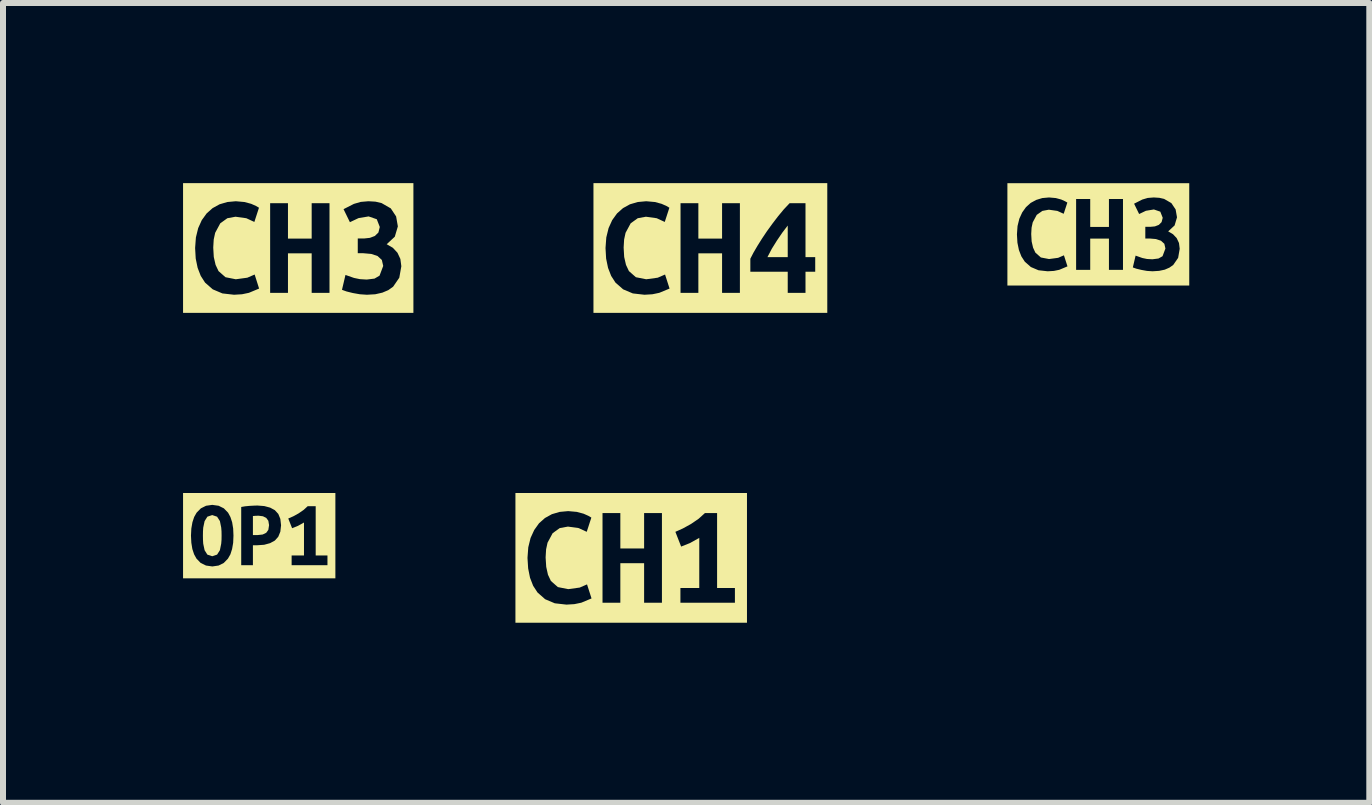
<source format=kicad_pcb>
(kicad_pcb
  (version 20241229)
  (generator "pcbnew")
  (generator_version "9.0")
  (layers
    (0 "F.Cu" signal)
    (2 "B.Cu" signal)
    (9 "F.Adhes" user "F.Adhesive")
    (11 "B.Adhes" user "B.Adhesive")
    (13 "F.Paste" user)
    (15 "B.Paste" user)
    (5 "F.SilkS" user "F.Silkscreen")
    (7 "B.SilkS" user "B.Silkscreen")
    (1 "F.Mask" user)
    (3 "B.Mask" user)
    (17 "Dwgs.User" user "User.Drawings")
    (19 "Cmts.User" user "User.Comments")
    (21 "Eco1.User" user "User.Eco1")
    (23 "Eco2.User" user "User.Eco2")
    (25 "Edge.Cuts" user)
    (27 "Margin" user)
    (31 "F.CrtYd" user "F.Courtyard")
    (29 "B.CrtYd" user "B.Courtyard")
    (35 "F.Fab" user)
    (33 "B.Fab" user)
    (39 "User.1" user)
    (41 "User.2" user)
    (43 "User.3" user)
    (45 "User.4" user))
  (footprint "kibuzzard-625BD52D"
    (layer "F.Cu")
    (at 15.25 0.855)
    (property "Reference" "kibuzzard-625BD52D" (at 0 -0.854 0) (layer "F.SilkS") (effects (font (size 0.001 0.001) (thickness 0.000003))))
    (attr board_only exclude_from_pos_files exclude_from_bom)
    (fp_poly (pts (xy -1.356 -0.853) (xy -1.268 -0.366) (xy -1.205 -0.454) (xy -1.127 -0.524) (xy -1.035 -0.574) (xy -0.933 -0.605) (xy -0.821 -0.615) (xy -0.708 -0.605) (xy -0.619 -0.581) (xy -0.555 -0.552) (xy -0.516 -0.53) (xy -0.577 -0.343) (xy -0.683 -0.391) (xy -0.825 -0.411) (xy -0.932 -0.391) (xy -1.026 -0.325) (xy -1.093 -0.2) (xy -1.112 -0.112) (xy -1.118 -0.006) (xy -1.111 0.118) (xy -1.087 0.222) (xy -1.049 0.304) (xy -0.957 0.385) (xy -0.821 0.411) (xy -0.67 0.391) (xy -0.573 0.349) (xy -0.37 0.591) (xy -0.37 -0.589) (xy -0.135 -0.589) (xy -0.135 -0.124) (xy 0.177 -0.124) (xy 0.177 -0.589) (xy 0.411 -0.589) (xy 0.411 0.591) (xy 0.177 0.591) (xy 0.177 0.07) (xy -0.135 0.07) (xy -0.135 0.591) (xy -0.37 0.591) (xy -0.573 0.349) (xy -0.514 0.533) (xy -0.649 0.59) (xy -0.74 0.609) (xy -0.844 0.615) (xy -0.997 0.598) (xy -1.124 0.544) (xy -1.225 0.455) (xy -1.282 0.367) (xy -1.323 0.261) (xy -1.348 0.139) (xy -1.356 0) (xy -1.346 -0.139) (xy -1.316 -0.261) (xy -1.268 -0.366) (xy -1.356 -0.853) (xy -1.515 -0.853) (xy -1.515 0.853) (xy 0.903 0.615) (xy 0.811 0.609) (xy 0.717 0.592) (xy 0.634 0.572) (xy 0.575 0.551) (xy 0.621 0.354) (xy 0.734 0.394) (xy 0.811 0.41) (xy 0.901 0.415) (xy 1.003 0.402) (xy 1.07 0.364) (xy 1.118 0.236) (xy 1.1 0.157) (xy 1.044 0.106) (xy 0.96 0.078) (xy 0.855 0.069) (xy 0.783 0.069) (xy 0.783 -0.126) (xy 0.871 -0.126) (xy 0.943 -0.133) (xy 1.008 -0.158) (xy 1.054 -0.204) (xy 1.073 -0.276) (xy 1.033 -0.378) (xy 0.926 -0.415) (xy 0.793 -0.393) (xy 0.68 -0.339) (xy 0.596 -0.511) (xy 0.732 -0.58) (xy 0.823 -0.607) (xy 0.924 -0.615) (xy 1.017 -0.609) (xy 1.096 -0.591) (xy 1.217 -0.521) (xy 1.288 -0.415) (xy 1.311 -0.284) (xy 1.271 -0.149) (xy 1.164 -0.05) (xy 1.245 -0.002) (xy 1.306 0.063) (xy 1.344 0.144) (xy 1.356 0.24) (xy 1.33 0.391) (xy 1.248 0.51) (xy 1.185 0.554) (xy 1.107 0.588) (xy 1.013 0.608) (xy 0.903 0.615) (xy -1.515 0.853) (xy -1.356 0.853) (xy 1.356 0.853) (xy 1.515 0.853) (xy 1.515 -0.853) (xy 1.356 -0.853) (xy -1.356 -0.853)) (stroke (width 0) (type solid)) (fill yes) (layer "F.SilkS")))
  (footprint "kibuzzard-625BD60C"
    (layer "F.Cu")
    (at 1.269 5.875)
    (property "Reference" "kibuzzard-625BD60C" (at 0 -0.712 0) (layer "F.SilkS") (effects (font (size 0.001 0.001) (thickness 0.000003))))
    (attr board_only exclude_from_pos_files exclude_from_bom)
    (fp_poly (pts (xy -0.008 -0.332) (xy -0.056 -0.331) (xy -0.105 -0.327) (xy -0.105 -0.01) (xy -0.025 -0.01) (xy 0.057 -0.019) (xy 0.116 -0.047) (xy 0.152 -0.097) (xy 0.164 -0.175) (xy 0.152 -0.248) (xy 0.117 -0.296) (xy 0.062 -0.323) (xy -0.008 -0.332)) (stroke (width 0) (type solid)) (fill yes) (layer "F.SilkS"))
    (fp_poly (pts (xy -0.938 0) (xy -0.937 0.069) (xy -0.933 0.134) (xy -0.91 0.243) (xy -0.864 0.316) (xy -0.783 0.343) (xy -0.702 0.316) (xy -0.655 0.242) (xy -0.633 0.133) (xy -0.628 0.069) (xy -0.627 0) (xy -0.628 -0.069) (xy -0.633 -0.134) (xy -0.655 -0.243) (xy -0.702 -0.316) (xy -0.783 -0.343) (xy -0.864 -0.316) (xy -0.91 -0.242) (xy -0.933 -0.133) (xy -0.937 -0.069) (xy -0.938 0)) (stroke (width 0) (type solid)) (fill yes) (layer "F.SilkS"))
    (fp_poly (pts (xy -1.137 -0.711) (xy -1.137 0) (xy -1.131 -0.119) (xy -1.113 -0.223) (xy -1.084 -0.311) (xy -1.043 -0.383) (xy -0.972 -0.455) (xy -0.886 -0.498) (xy -0.783 -0.513) (xy -0.676 -0.498) (xy -0.589 -0.455) (xy -0.519 -0.383) (xy -0.48 -0.311) (xy -0.451 -0.223) (xy -0.434 -0.119) (xy -0.3 0.492) (xy -0.3 -0.478) (xy -0.236 -0.489) (xy -0.164 -0.496) (xy -0.092 -0.5) (xy -0.03 -0.502) (xy 0.085 -0.493) (xy 0.182 -0.467) (xy 0.26 -0.425) (xy 0.318 -0.362) (xy 0.352 -0.279) (xy 0.364 -0.173) (xy 0.352 -0.066) (xy 0.317 0.019) (xy 0.26 0.082) (xy 0.181 0.125) (xy 0.082 0.152) (xy -0.035 0.16) (xy -0.105 0.16) (xy 0.746 0.33) (xy 0.746 -0.219) (xy 0.645 -0.163) (xy 0.548 -0.124) (xy 0.484 -0.286) (xy 0.567 -0.322) (xy 0.656 -0.371) (xy 0.74 -0.429) (xy 0.808 -0.491) (xy 0.941 -0.491) (xy 0.941 0.33) (xy 1.137 0.33) (xy 1.137 0.492) (xy 0.54 0.492) (xy 0.54 0.33) (xy 0.746 0.33) (xy -0.105 0.16) (xy -0.105 0.492) (xy -0.3 0.492) (xy -0.434 -0.119) (xy -0.429 0) (xy -0.434 0.119) (xy -0.452 0.223) (xy -0.48 0.311) (xy -0.521 0.383) (xy -0.591 0.455) (xy -0.677 0.498) (xy -0.781 0.513) (xy -0.887 0.498) (xy -0.975 0.455) (xy -1.045 0.383) (xy -1.085 0.311) (xy -1.114 0.223) (xy -1.131 0.119) (xy -1.137 0) (xy -1.137 -0.711) (xy -1.269 -0.711) (xy -1.269 0.711) (xy -1.137 0.711) (xy 1.137 0.711) (xy 1.269 0.711) (xy 1.269 -0.711) (xy 1.137 -0.711) (xy -1.137 -0.711)) (stroke (width 0) (type solid)) (fill yes) (layer "F.SilkS")))
  (footprint "kibuzzard-625BD9A7"
    (layer "F.Cu")
    (at 1.919 1.082)
    (property "Reference" "kibuzzard-625BD9A7" (at 0 -1.082 0) (layer "F.SilkS") (effects (font (size 0.001 0.001) (thickness 0.000003))))
    (attr board_only exclude_from_pos_files exclude_from_bom)
    (fp_poly (pts (xy -1.718 -1.081) (xy -1.607 -0.464) (xy -1.526 -0.576) (xy -1.427 -0.664) (xy -1.311 -0.728) (xy -1.181 -0.766) (xy -1.04 -0.779) (xy -0.896 -0.766) (xy -0.784 -0.736) (xy -0.703 -0.7) (xy -0.654 -0.671) (xy -0.731 -0.434) (xy -0.865 -0.496) (xy -1.045 -0.521) (xy -1.181 -0.496) (xy -1.299 -0.411) (xy -1.384 -0.253) (xy -1.408 -0.142) (xy -1.416 -0.007) (xy -1.407 0.15) (xy -1.377 0.281) (xy -1.328 0.385) (xy -1.212 0.487) (xy -1.04 0.521) (xy -0.848 0.495) (xy -0.726 0.442) (xy -0.468 0.748) (xy -0.468 -0.746) (xy -0.171 -0.746) (xy -0.171 -0.157) (xy 0.224 -0.157) (xy 0.224 -0.746) (xy 0.521 -0.746) (xy 0.521 0.748) (xy 0.224 0.748) (xy 0.224 0.089) (xy -0.171 0.089) (xy -0.171 0.748) (xy -0.468 0.748) (xy -0.726 0.442) (xy -0.652 0.676) (xy -0.822 0.747) (xy -0.937 0.771) (xy -1.069 0.779) (xy -1.263 0.757) (xy -1.424 0.689) (xy -1.552 0.577) (xy -1.624 0.465) (xy -1.676 0.331) (xy -1.708 0.176) (xy -1.718 0) (xy -1.705 -0.176) (xy -1.667 -0.331) (xy -1.607 -0.464) (xy -1.718 -1.081) (xy -1.919 -1.081) (xy -1.919 1.081) (xy 1.144 0.779) (xy 1.027 0.771) (xy 0.908 0.75) (xy 0.804 0.724) (xy 0.729 0.697) (xy 0.787 0.449) (xy 0.93 0.499) (xy 1.027 0.519) (xy 1.141 0.526) (xy 1.271 0.51) (xy 1.355 0.461) (xy 1.416 0.299) (xy 1.393 0.199) (xy 1.322 0.134) (xy 1.216 0.099) (xy 1.083 0.087) (xy 0.992 0.087) (xy 0.992 -0.159) (xy 1.103 -0.159) (xy 1.194 -0.169) (xy 1.276 -0.2) (xy 1.336 -0.258) (xy 1.359 -0.35) (xy 1.309 -0.479) (xy 1.173 -0.526) (xy 1.005 -0.498) (xy 0.861 -0.43) (xy 0.755 -0.647) (xy 0.928 -0.735) (xy 1.042 -0.768) (xy 1.17 -0.779) (xy 1.288 -0.772) (xy 1.389 -0.748) (xy 1.542 -0.66) (xy 1.631 -0.526) (xy 1.66 -0.36) (xy 1.609 -0.188) (xy 1.474 -0.063) (xy 1.577 -0.003) (xy 1.654 0.08) (xy 1.702 0.183) (xy 1.718 0.304) (xy 1.684 0.495) (xy 1.581 0.645) (xy 1.501 0.702) (xy 1.402 0.744) (xy 1.283 0.771) (xy 1.144 0.779) (xy -1.919 1.081) (xy -1.718 1.081) (xy 1.718 1.081) (xy 1.919 1.081) (xy 1.919 -1.081) (xy 1.718 -1.081) (xy -1.718 -1.081)) (stroke (width 0) (type solid)) (fill yes) (layer "F.SilkS")))
  (footprint "kibuzzard-625BD91F"
    (layer "F.Cu")
    (at 7.467 6.245)
    (property "Reference" "kibuzzard-625BD91F" (at 0 -1.082 0) (layer "F.SilkS") (effects (font (size 0.001 0.001) (thickness 0.000003))))
    (attr board_only exclude_from_pos_files exclude_from_bom)
    (fp_poly (pts (xy -1.728 -1.081) (xy -1.616 -0.464) (xy -1.536 -0.576) (xy -1.437 -0.664) (xy -1.321 -0.728) (xy -1.191 -0.766) (xy -1.05 -0.779) (xy -0.906 -0.766) (xy -0.794 -0.736) (xy -0.713 -0.7) (xy -0.664 -0.671) (xy -0.741 -0.434) (xy -0.875 -0.496) (xy -1.054 -0.521) (xy -1.191 -0.496) (xy -1.309 -0.411) (xy -1.394 -0.253) (xy -1.418 -0.142) (xy -1.426 -0.007) (xy -1.416 0.15) (xy -1.387 0.281) (xy -1.338 0.385) (xy -1.222 0.487) (xy -1.05 0.521) (xy -0.858 0.495) (xy -0.736 0.442) (xy -0.478 0.748) (xy -0.478 -0.746) (xy -0.181 -0.746) (xy -0.181 -0.157) (xy 0.215 -0.157) (xy 0.215 -0.746) (xy 0.512 -0.746) (xy 1.134 0.502) (xy 1.134 -0.333) (xy 0.98 -0.247) (xy 0.832 -0.188) (xy 0.736 -0.434) (xy 0.861 -0.49) (xy 0.997 -0.565) (xy 1.124 -0.652) (xy 1.228 -0.746) (xy 1.431 -0.746) (xy 1.431 0.502) (xy 1.728 0.502) (xy 1.728 0.748) (xy 0.82 0.748) (xy 0.82 0.502) (xy 1.134 0.502) (xy 0.512 -0.746) (xy 0.512 0.748) (xy 0.215 0.748) (xy 0.215 0.089) (xy -0.181 0.089) (xy -0.181 0.748) (xy -0.478 0.748) (xy -0.736 0.442) (xy -0.661 0.676) (xy -0.831 0.747) (xy -0.947 0.771) (xy -1.079 0.779) (xy -1.273 0.757) (xy -1.434 0.689) (xy -1.561 0.577) (xy -1.634 0.465) (xy -1.686 0.331) (xy -1.717 0.176) (xy -1.728 0) (xy -1.715 -0.176) (xy -1.677 -0.331) (xy -1.616 -0.464) (xy -1.728 -1.081) (xy -1.929 -1.081) (xy -1.929 1.081) (xy -1.728 1.081) (xy 1.728 1.081) (xy 1.929 1.081) (xy 1.929 -1.081) (xy 1.728 -1.081) (xy -1.728 -1.081)) (stroke (width 0) (type solid)) (fill yes) (layer "F.SilkS")))
  (footprint "kibuzzard-625BD9B1"
    (layer "F.Cu")
    (at 8.786 1.082)
    (property "Reference" "kibuzzard-625BD9B1" (at 0 -1.082 0) (layer "F.SilkS") (effects (font (size 0.001 0.001) (thickness 0.000003))))
    (attr board_only exclude_from_pos_files exclude_from_bom)
    (fp_poly (pts (xy 1.289 -0.374) (xy 1.199 -0.256) (xy 1.109 -0.124) (xy 1.023 0.014) (xy 0.951 0.152) (xy 1.289 0.152) (xy 1.289 -0.374)) (stroke (width 0) (type solid)) (fill yes) (layer "F.SilkS"))
    (fp_poly (pts (xy -1.747 -1.081) (xy -1.636 -0.464) (xy -1.555 -0.576) (xy -1.456 -0.664) (xy -1.34 -0.728) (xy -1.21 -0.766) (xy -1.069 -0.779) (xy -0.925 -0.766) (xy -0.813 -0.736) (xy -0.732 -0.7) (xy -0.683 -0.671) (xy -0.76 -0.434) (xy -0.894 -0.496) (xy -1.074 -0.521) (xy -1.21 -0.496) (xy -1.328 -0.411) (xy -1.413 -0.253) (xy -1.437 -0.142) (xy -1.445 -0.007) (xy -1.436 0.15) (xy -1.406 0.281) (xy -1.357 0.385) (xy -1.241 0.487) (xy -1.069 0.521) (xy -0.877 0.495) (xy -0.755 0.442) (xy -0.497 0.748) (xy -0.497 -0.746) (xy -0.2 -0.746) (xy -0.2 -0.157) (xy 0.195 -0.157) (xy 0.195 -0.746) (xy 0.492 -0.746) (xy 0.492 0.748) (xy 0.195 0.748) (xy 0.195 0.089) (xy -0.2 0.089) (xy -0.2 0.748) (xy -0.497 0.748) (xy -0.755 0.442) (xy -0.68 0.676) (xy -0.851 0.747) (xy -0.966 0.771) (xy -1.098 0.779) (xy -1.292 0.757) (xy -1.453 0.689) (xy -1.581 0.577) (xy -1.653 0.465) (xy -1.705 0.331) (xy -1.737 0.176) (xy -1.747 0) (xy -1.734 -0.176) (xy -1.696 -0.331) (xy -1.636 -0.464) (xy -1.747 -1.081) (xy -1.948 -1.081) (xy -1.948 1.081) (xy -1.747 1.081) (xy 1.747 1.081) (xy 1.747 0.396) (xy 1.585 0.396) (xy 1.585 0.748) (xy 1.289 0.748) (xy 1.289 0.396) (xy 0.666 0.396) (xy 0.666 0.179) (xy 0.718 0.078) (xy 0.784 -0.035) (xy 0.86 -0.156) (xy 0.943 -0.28) (xy 1.033 -0.404) (xy 1.127 -0.527) (xy 1.223 -0.643) (xy 1.32 -0.746) (xy 1.585 -0.746) (xy 1.585 0.152) (xy 1.747 0.152) (xy 1.747 0.396) (xy 1.747 1.081) (xy 1.948 1.081) (xy 1.948 -1.081) (xy 1.747 -1.081) (xy -1.747 -1.081)) (stroke (width 0) (type solid)) (fill yes) (layer "F.SilkS")))
  (gr_rect
    (start -3 -3)
    (end 19.765 10.326)
    (stroke (width 0.1) (type default))
    (fill no)
    (layer "Edge.Cuts")))
</source>
